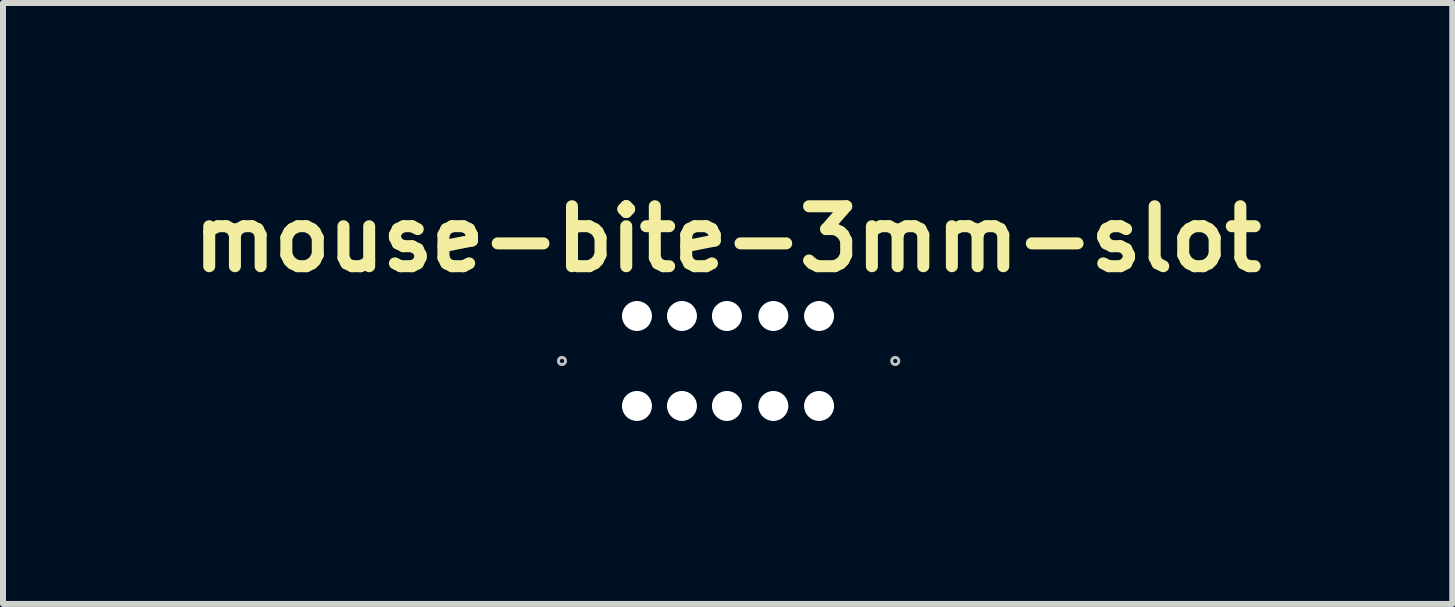
<source format=kicad_pcb>
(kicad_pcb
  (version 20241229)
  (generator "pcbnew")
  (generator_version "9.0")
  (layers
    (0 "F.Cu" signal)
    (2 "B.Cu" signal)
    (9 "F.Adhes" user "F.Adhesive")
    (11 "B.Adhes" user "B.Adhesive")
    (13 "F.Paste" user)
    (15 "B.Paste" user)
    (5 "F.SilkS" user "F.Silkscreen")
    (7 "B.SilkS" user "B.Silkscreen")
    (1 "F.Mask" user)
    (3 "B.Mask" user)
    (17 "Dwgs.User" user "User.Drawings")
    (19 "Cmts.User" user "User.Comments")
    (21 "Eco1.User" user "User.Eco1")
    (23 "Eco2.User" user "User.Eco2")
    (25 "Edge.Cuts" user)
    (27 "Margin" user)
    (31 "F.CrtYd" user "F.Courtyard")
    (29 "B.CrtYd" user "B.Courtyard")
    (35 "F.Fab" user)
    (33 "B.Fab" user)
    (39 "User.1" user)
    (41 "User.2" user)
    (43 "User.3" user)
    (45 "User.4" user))
  (footprint "mouse-bite-3mm-slot"
    (layer "F.Cu")
    (at 9.081 2.968)
    (property "Reference" "mouse-bite-3mm-slot" (at 0 -2.032 0) (layer "F.SilkS") (effects (font (size 1 1) (thickness 0.2))))
    (attr through_hole)
    (fp_circle (center -2.762 0) (end -2.762 -0.06) (stroke (width 0.05) (type solid)) (fill no) (layer "Dwgs.User"))
    (fp_circle (center 2.794 0) (end 2.854 0) (stroke (width 0.05) (type solid)) (fill no) (layer "Dwgs.User"))
    (fp_line (start -2.762 0) (end -2.762 0) (stroke (width 2) (type solid)) (layer "Eco1.User"))
    (fp_line (start 2.762 0) (end 2.762 0) (stroke (width 2) (type solid)) (layer "Eco1.User"))
    (fp_arc (start -2.762 -1) (mid -1.762 0) (end -2.762 1) (stroke (width 0.1) (type solid)) (layer "Eco2.User"))
    (fp_arc (start 2.762 1) (mid 1.762 0) (end 2.762 -1) (stroke (width 0.1) (type solid)) (layer "Eco2.User"))
    (pad "" np_thru_hole circle (at -1.512 -0.75) (size 0.5 0.5) (drill 0.5) (layers "*.Cu" "*.Mask"))
    (pad "" np_thru_hole circle (at -1.512 0.75) (size 0.5 0.5) (drill 0.5) (layers "*.Cu" "*.Mask"))
    (pad "" np_thru_hole circle (at -0.762 -0.75) (size 0.5 0.5) (drill 0.5) (layers "*.Cu" "*.Mask"))
    (pad "" np_thru_hole circle (at -0.762 0.75) (size 0.5 0.5) (drill 0.5) (layers "*.Cu" "*.Mask"))
    (pad "" np_thru_hole circle (at -0.012 -0.75) (size 0.5 0.5) (drill 0.5) (layers "*.Cu" "*.Mask"))
    (pad "" np_thru_hole circle (at -0.012 0.75) (size 0.5 0.5) (drill 0.5) (layers "*.Cu" "*.Mask"))
    (pad "" np_thru_hole circle (at 0.762 -0.75) (size 0.5 0.5) (drill 0.5) (layers "*.Cu" "*.Mask"))
    (pad "" np_thru_hole circle (at 0.762 0.75) (size 0.5 0.5) (drill 0.5) (layers "*.Cu" "*.Mask"))
    (pad "" np_thru_hole circle (at 1.524 -0.75) (size 0.5 0.5) (drill 0.5) (layers "*.Cu" "*.Mask"))
    (pad "" np_thru_hole circle (at 1.524 0.75) (size 0.5 0.5) (drill 0.5) (layers "*.Cu" "*.Mask")))
  (gr_rect
    (start -3 -3)
    (end 21.162 7.018)
    (stroke (width 0.1) (type default))
    (fill no)
    (layer "Edge.Cuts")))
</source>
